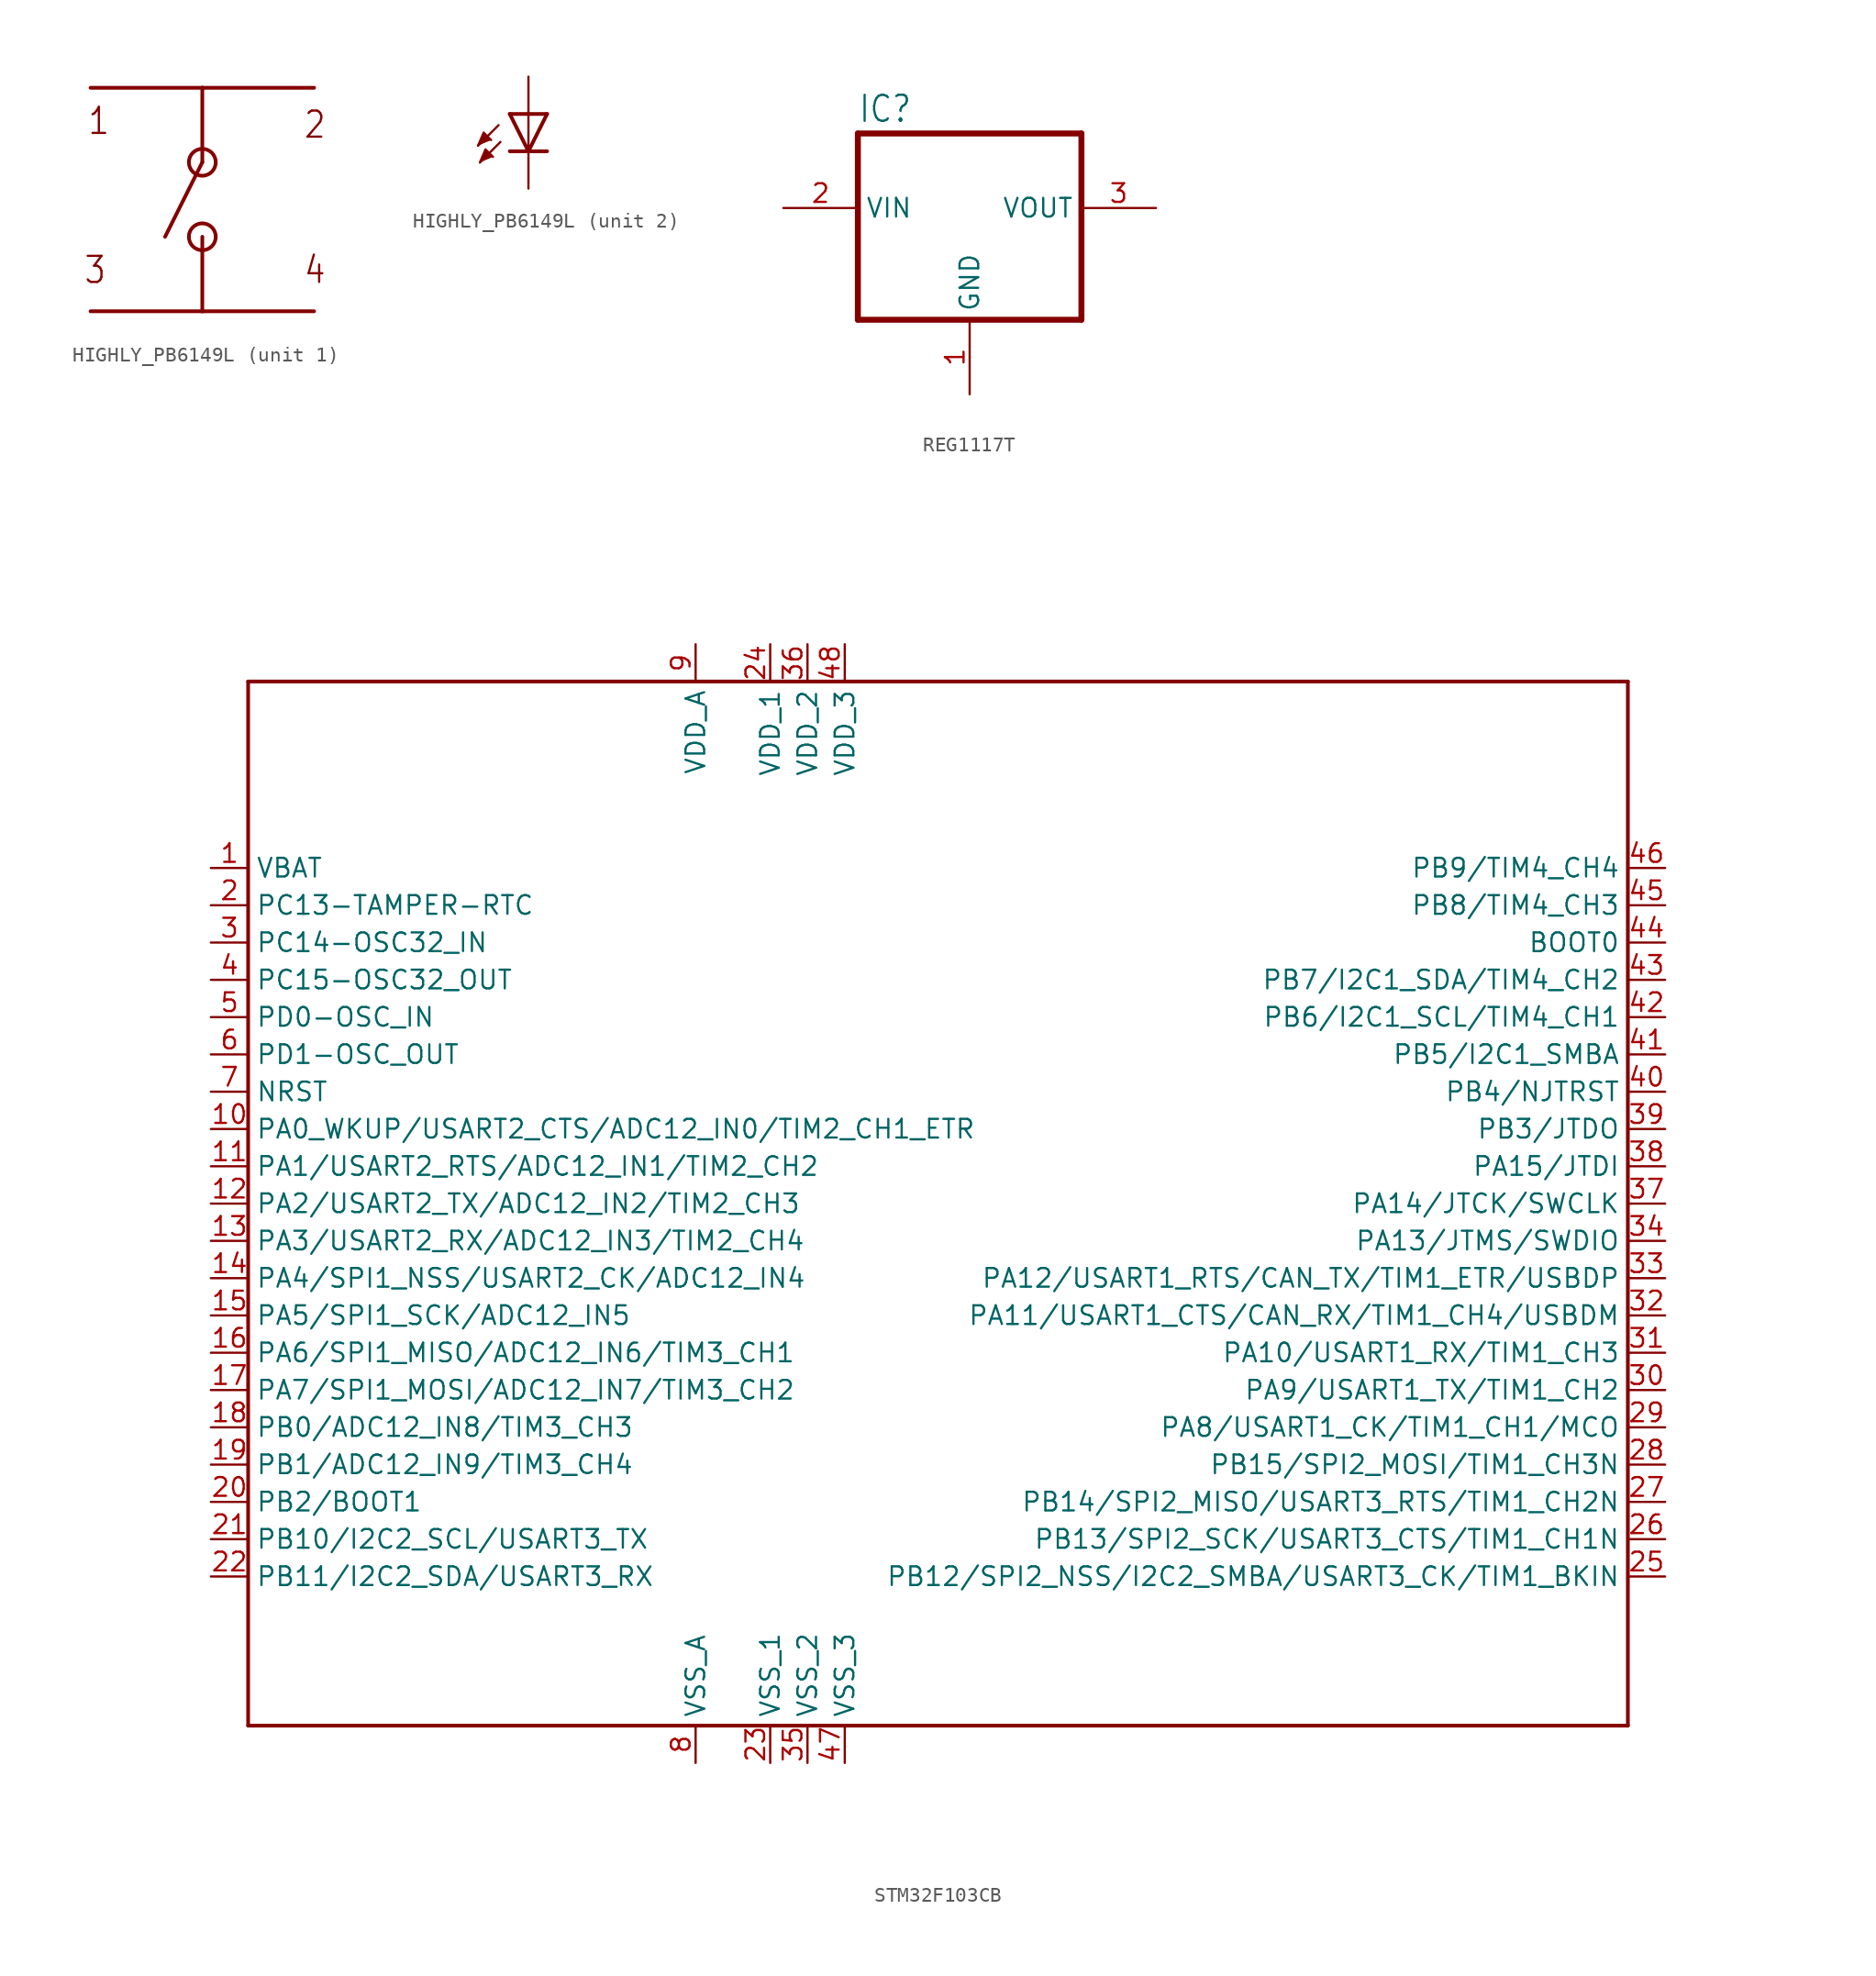
<source format=kicad_sym>
(kicad_symbol_lib
  (version 20231120)
  (generator "kicad_symbol_editor")
  (generator_version "8.0")
  (symbol "HIGHLY_PB6149L"
    (property "Reference" ""
      (at 3.556 -4.572 90)
      (effects (font (size 1.778 1.511)) (justify left bottom) (hide yes)))
    (property "Value" ""
      (at 5.715 -4.572 90)
      (effects (font (size 1.778 1.511)) (justify left bottom)))
    (property "ki_locked" ""
      (at 0 0 0)
      (effects (font (size 1.27 1.27))))
    (symbol "HIGHLY_PB6149L_1_0"
      (circle (center 0 -2.54) (radius 0.916) (stroke (width 0.254) (type solid)) (fill (type none)))
      (polyline (pts (xy -7.62 -7.62) (xy 0 -7.62)) (stroke (width 0.254) (type solid)) (fill (type none)))
      (polyline (pts (xy -7.62 7.62) (xy 0 7.62)) (stroke (width 0.254) (type solid)) (fill (type none)))
      (polyline (pts (xy 0 -7.62) (xy 0 -2.54)) (stroke (width 0.254) (type solid)) (fill (type none)))
      (polyline (pts (xy 0 -7.62) (xy 7.62 -7.62)) (stroke (width 0.254) (type solid)) (fill (type none)))
      (polyline (pts (xy 0 2.54) (xy -2.54 -2.54)) (stroke (width 0.254) (type solid)) (fill (type none)))
      (polyline (pts (xy 0 7.62) (xy 0 2.54)) (stroke (width 0.254) (type solid)) (fill (type none)))
      (polyline (pts (xy 0 7.62) (xy 7.62 7.62)) (stroke (width 0.254) (type solid)) (fill (type none)))
      (circle (center 0 2.54) (radius 0.916) (stroke (width 0.254) (type solid)) (fill (type none)))
      (text "1" (at -7.874 4.318 0) (effects (font (size 1.778 1.511)) (justify left bottom)))
      (text "2" (at 6.858 4.064 0) (effects (font (size 1.778 1.511)) (justify left bottom)))
      (text "3" (at -8.128 -5.842 0) (effects (font (size 1.778 1.511)) (justify left bottom)))
      (text "4" (at 6.858 -5.842 0) (effects (font (size 1.778 1.511)) (justify left bottom)))
      (pin bidirectional line (at -7.62 7.62 0) (length 5.08) (name "P$1" (effects (font (size 0 0)))) (number "P$1" (effects (font (size 0 0)))))
      (pin bidirectional line (at 7.62 7.62 180) (length 5.08) (name "P$2" (effects (font (size 0 0)))) (number "P$2" (effects (font (size 0 0)))))
      (pin bidirectional line (at -7.62 -7.62 0) (length 5.08) (name "P$3" (effects (font (size 0 0)))) (number "P$3" (effects (font (size 0 0)))))
      (pin bidirectional line (at 7.62 -7.62 180) (length 5.08) (name "P$4" (effects (font (size 0 0)))) (number "P$4" (effects (font (size 0 0))))))
    (symbol "HIGHLY_PB6149L_2_0"
      (polyline (pts (xy -2.032 -0.762) (xy -3.429 -2.159)) (stroke (width 0.152) (type solid)) (fill (type none)))
      (polyline (pts (xy -1.905 -1.905) (xy -3.302 -3.302)) (stroke (width 0.152) (type solid)) (fill (type none)))
      (polyline (pts (xy 0 -2.54) (xy -1.27 -2.54)) (stroke (width 0.254) (type solid)) (fill (type none)))
      (polyline (pts (xy 0 -2.54) (xy -1.27 0)) (stroke (width 0.254) (type solid)) (fill (type none)))
      (polyline (pts (xy 0 0) (xy -1.27 0)) (stroke (width 0.254) (type solid)) (fill (type none)))
      (polyline (pts (xy 0 0) (xy 0 -2.54)) (stroke (width 0.152) (type solid)) (fill (type none)))
      (polyline (pts (xy 1.27 -2.54) (xy 0 -2.54)) (stroke (width 0.254) (type solid)) (fill (type none)))
      (polyline (pts (xy 1.27 0) (xy 0 -2.54)) (stroke (width 0.254) (type solid)) (fill (type none)))
      (polyline (pts (xy 1.27 0) (xy 0 0)) (stroke (width 0.254) (type solid)) (fill (type none)))
      (polyline (pts (xy -3.429 -2.159) (xy -3.048 -1.27) (xy -2.54 -1.778)) (stroke (width 0.152) (type solid)) (fill (type outline)))
      (polyline (pts (xy -3.302 -3.302) (xy -2.921 -2.413) (xy -2.413 -2.921)) (stroke (width 0.152) (type solid)) (fill (type outline)))
      (pin passive line (at 0 2.54 270) (length 2.54) (name "L1" (effects (font (size 0 0)))) (number "L1" (effects (font (size 0 0)))))
      (pin passive line (at 0 -5.08 90) (length 2.54) (name "L2" (effects (font (size 0 0)))) (number "L2" (effects (font (size 0 0)))))))
  (symbol "REG1117T"
    (property "Reference" "IC"
      (at -7.62 5.715 0)
      (effects (font (size 1.778 1.511)) (justify left bottom)))
    (property "Value" ""
      (at -5.08 2.54 0)
      (effects (font (size 1.778 1.511)) (justify left bottom)))
    (property "ki_locked" ""
      (at 0 0 0)
      (effects (font (size 1.27 1.27))))
    (symbol "REG1117T_1_0"
      (polyline (pts (xy -7.62 -7.62) (xy 7.62 -7.62)) (stroke (width 0.406) (type solid)) (fill (type none)))
      (polyline (pts (xy -7.62 5.08) (xy -7.62 -7.62)) (stroke (width 0.406) (type solid)) (fill (type none)))
      (polyline (pts (xy 7.62 -7.62) (xy 7.62 5.08)) (stroke (width 0.406) (type solid)) (fill (type none)))
      (polyline (pts (xy 7.62 5.08) (xy -7.62 5.08)) (stroke (width 0.406) (type solid)) (fill (type none)))
      (pin power_in line (at 0 -12.7 90) (length 5.08) (name "GND" (effects (font (size 1.27 1.27)))) (number "1" (effects (font (size 1.27 1.27)))))
      (pin input line (at -12.7 0 0) (length 5.08) (name "VIN" (effects (font (size 1.27 1.27)))) (number "2" (effects (font (size 1.27 1.27)))))
      (pin output line (at 12.7 0 180) (length 5.08) (name "VOUT" (effects (font (size 1.27 1.27)))) (number "3" (effects (font (size 1.27 1.27)))))))
  (symbol "STM32F103CB"
    (property "Reference" ""
      (at 38.1 -38.1 0)
      (effects (font (size 1.778 1.511)) (justify left bottom) (hide yes)))
    (property "Value" ""
      (at 45.72 38.1 0)
      (effects (font (size 1.778 1.511)) (justify right top)))
    (property "ki_locked" ""
      (at 0 0 0)
      (effects (font (size 1.27 1.27))))
    (symbol "STM32F103CB_1_0"
      (polyline (pts (xy -45.72 -35.56) (xy 48.26 -35.56)) (stroke (width 0.254) (type solid)) (fill (type none)))
      (polyline (pts (xy -45.72 35.56) (xy -45.72 -35.56)) (stroke (width 0.254) (type solid)) (fill (type none)))
      (polyline (pts (xy 48.26 -35.56) (xy 48.26 35.56)) (stroke (width 0.254) (type solid)) (fill (type none)))
      (polyline (pts (xy 48.26 35.56) (xy -45.72 35.56)) (stroke (width 0.254) (type solid)) (fill (type none)))
      (pin power_in line (at -48.26 22.86 0) (length 2.54) (name "VBAT" (effects (font (size 1.27 1.27)))) (number "1" (effects (font (size 1.27 1.27)))))
      (pin bidirectional line (at -48.26 5.08 0) (length 2.54) (name "PA0_WKUP/USART2_CTS/ADC12_IN0/TIM2_CH1_ETR" (effects (font (size 1.27 1.27)))) (number "10" (effects (font (size 1.27 1.27)))))
      (pin bidirectional line (at -48.26 2.54 0) (length 2.54) (name "PA1/USART2_RTS/ADC12_IN1/TIM2_CH2" (effects (font (size 1.27 1.27)))) (number "11" (effects (font (size 1.27 1.27)))))
      (pin bidirectional line (at -48.26 0 0) (length 2.54) (name "PA2/USART2_TX/ADC12_IN2/TIM2_CH3" (effects (font (size 1.27 1.27)))) (number "12" (effects (font (size 1.27 1.27)))))
      (pin bidirectional line (at -48.26 -2.54 0) (length 2.54) (name "PA3/USART2_RX/ADC12_IN3/TIM2_CH4" (effects (font (size 1.27 1.27)))) (number "13" (effects (font (size 1.27 1.27)))))
      (pin bidirectional line (at -48.26 -5.08 0) (length 2.54) (name "PA4/SPI1_NSS/USART2_CK/ADC12_IN4" (effects (font (size 1.27 1.27)))) (number "14" (effects (font (size 1.27 1.27)))))
      (pin bidirectional line (at -48.26 -7.62 0) (length 2.54) (name "PA5/SPI1_SCK/ADC12_IN5" (effects (font (size 1.27 1.27)))) (number "15" (effects (font (size 1.27 1.27)))))
      (pin bidirectional line (at -48.26 -10.16 0) (length 2.54) (name "PA6/SPI1_MISO/ADC12_IN6/TIM3_CH1" (effects (font (size 1.27 1.27)))) (number "16" (effects (font (size 1.27 1.27)))))
      (pin bidirectional line (at -48.26 -12.7 0) (length 2.54) (name "PA7/SPI1_MOSI/ADC12_IN7/TIM3_CH2" (effects (font (size 1.27 1.27)))) (number "17" (effects (font (size 1.27 1.27)))))
      (pin bidirectional line (at -48.26 -15.24 0) (length 2.54) (name "PB0/ADC12_IN8/TIM3_CH3" (effects (font (size 1.27 1.27)))) (number "18" (effects (font (size 1.27 1.27)))))
      (pin bidirectional line (at -48.26 -17.78 0) (length 2.54) (name "PB1/ADC12_IN9/TIM3_CH4" (effects (font (size 1.27 1.27)))) (number "19" (effects (font (size 1.27 1.27)))))
      (pin input line (at -48.26 20.32 0) (length 2.54) (name "PC13-TAMPER-RTC" (effects (font (size 1.27 1.27)))) (number "2" (effects (font (size 1.27 1.27)))))
      (pin bidirectional line (at -48.26 -20.32 0) (length 2.54) (name "PB2/BOOT1" (effects (font (size 1.27 1.27)))) (number "20" (effects (font (size 1.27 1.27)))))
      (pin input line (at -48.26 -22.86 0) (length 2.54) (name "PB10/I2C2_SCL/USART3_TX" (effects (font (size 1.27 1.27)))) (number "21" (effects (font (size 1.27 1.27)))))
      (pin input line (at -48.26 -25.4 0) (length 2.54) (name "PB11/I2C2_SDA/USART3_RX" (effects (font (size 1.27 1.27)))) (number "22" (effects (font (size 1.27 1.27)))))
      (pin power_in line (at -10.16 -38.1 90) (length 2.54) (name "VSS_1" (effects (font (size 1.27 1.27)))) (number "23" (effects (font (size 1.27 1.27)))))
      (pin power_in line (at -10.16 38.1 270) (length 2.54) (name "VDD_1" (effects (font (size 1.27 1.27)))) (number "24" (effects (font (size 1.27 1.27)))))
      (pin input line (at 50.8 -25.4 180) (length 2.54) (name "PB12/SPI2_NSS/I2C2_SMBA/USART3_CK/TIM1_BKIN" (effects (font (size 1.27 1.27)))) (number "25" (effects (font (size 1.27 1.27)))))
      (pin input line (at 50.8 -22.86 180) (length 2.54) (name "PB13/SPI2_SCK/USART3_CTS/TIM1_CH1N" (effects (font (size 1.27 1.27)))) (number "26" (effects (font (size 1.27 1.27)))))
      (pin input line (at 50.8 -20.32 180) (length 2.54) (name "PB14/SPI2_MISO/USART3_RTS/TIM1_CH2N" (effects (font (size 1.27 1.27)))) (number "27" (effects (font (size 1.27 1.27)))))
      (pin input line (at 50.8 -17.78 180) (length 2.54) (name "PB15/SPI2_MOSI/TIM1_CH3N" (effects (font (size 1.27 1.27)))) (number "28" (effects (font (size 1.27 1.27)))))
      (pin bidirectional line (at 50.8 -15.24 180) (length 2.54) (name "PA8/USART1_CK/TIM1_CH1/MCO" (effects (font (size 1.27 1.27)))) (number "29" (effects (font (size 1.27 1.27)))))
      (pin input line (at -48.26 17.78 0) (length 2.54) (name "PC14-OSC32_IN" (effects (font (size 1.27 1.27)))) (number "3" (effects (font (size 1.27 1.27)))))
      (pin input line (at 50.8 -12.7 180) (length 2.54) (name "PA9/USART1_TX/TIM1_CH2" (effects (font (size 1.27 1.27)))) (number "30" (effects (font (size 1.27 1.27)))))
      (pin bidirectional line (at 50.8 -10.16 180) (length 2.54) (name "PA10/USART1_RX/TIM1_CH3" (effects (font (size 1.27 1.27)))) (number "31" (effects (font (size 1.27 1.27)))))
      (pin bidirectional line (at 50.8 -7.62 180) (length 2.54) (name "PA11/USART1_CTS/CAN_RX/TIM1_CH4/USBDM" (effects (font (size 1.27 1.27)))) (number "32" (effects (font (size 1.27 1.27)))))
      (pin bidirectional line (at 50.8 -5.08 180) (length 2.54) (name "PA12/USART1_RTS/CAN_TX/TIM1_ETR/USBDP" (effects (font (size 1.27 1.27)))) (number "33" (effects (font (size 1.27 1.27)))))
      (pin bidirectional line (at 50.8 -2.54 180) (length 2.54) (name "PA13/JTMS/SWDIO" (effects (font (size 1.27 1.27)))) (number "34" (effects (font (size 1.27 1.27)))))
      (pin power_in line (at -7.62 -38.1 90) (length 2.54) (name "VSS_2" (effects (font (size 1.27 1.27)))) (number "35" (effects (font (size 1.27 1.27)))))
      (pin power_in line (at -7.62 38.1 270) (length 2.54) (name "VDD_2" (effects (font (size 1.27 1.27)))) (number "36" (effects (font (size 1.27 1.27)))))
      (pin bidirectional line (at 50.8 0 180) (length 2.54) (name "PA14/JTCK/SWCLK" (effects (font (size 1.27 1.27)))) (number "37" (effects (font (size 1.27 1.27)))))
      (pin bidirectional line (at 50.8 2.54 180) (length 2.54) (name "PA15/JTDI" (effects (font (size 1.27 1.27)))) (number "38" (effects (font (size 1.27 1.27)))))
      (pin bidirectional line (at 50.8 5.08 180) (length 2.54) (name "PB3/JTDO" (effects (font (size 1.27 1.27)))) (number "39" (effects (font (size 1.27 1.27)))))
      (pin input line (at -48.26 15.24 0) (length 2.54) (name "PC15-OSC32_OUT" (effects (font (size 1.27 1.27)))) (number "4" (effects (font (size 1.27 1.27)))))
      (pin bidirectional line (at 50.8 7.62 180) (length 2.54) (name "PB4/NJTRST" (effects (font (size 1.27 1.27)))) (number "40" (effects (font (size 1.27 1.27)))))
      (pin input line (at 50.8 10.16 180) (length 2.54) (name "PB5/I2C1_SMBA" (effects (font (size 1.27 1.27)))) (number "41" (effects (font (size 1.27 1.27)))))
      (pin input line (at 50.8 12.7 180) (length 2.54) (name "PB6/I2C1_SCL/TIM4_CH1" (effects (font (size 1.27 1.27)))) (number "42" (effects (font (size 1.27 1.27)))))
      (pin bidirectional line (at 50.8 15.24 180) (length 2.54) (name "PB7/I2C1_SDA/TIM4_CH2" (effects (font (size 1.27 1.27)))) (number "43" (effects (font (size 1.27 1.27)))))
      (pin input line (at 50.8 17.78 180) (length 2.54) (name "BOOT0" (effects (font (size 1.27 1.27)))) (number "44" (effects (font (size 1.27 1.27)))))
      (pin bidirectional line (at 50.8 20.32 180) (length 2.54) (name "PB8/TIM4_CH3" (effects (font (size 1.27 1.27)))) (number "45" (effects (font (size 1.27 1.27)))))
      (pin input line (at 50.8 22.86 180) (length 2.54) (name "PB9/TIM4_CH4" (effects (font (size 1.27 1.27)))) (number "46" (effects (font (size 1.27 1.27)))))
      (pin power_in line (at -5.08 -38.1 90) (length 2.54) (name "VSS_3" (effects (font (size 1.27 1.27)))) (number "47" (effects (font (size 1.27 1.27)))))
      (pin power_in line (at -5.08 38.1 270) (length 2.54) (name "VDD_3" (effects (font (size 1.27 1.27)))) (number "48" (effects (font (size 1.27 1.27)))))
      (pin input line (at -48.26 12.7 0) (length 2.54) (name "PD0-OSC_IN" (effects (font (size 1.27 1.27)))) (number "5" (effects (font (size 1.27 1.27)))))
      (pin input line (at -48.26 10.16 0) (length 2.54) (name "PD1-OSC_OUT" (effects (font (size 1.27 1.27)))) (number "6" (effects (font (size 1.27 1.27)))))
      (pin input line (at -48.26 7.62 0) (length 2.54) (name "NRST" (effects (font (size 1.27 1.27)))) (number "7" (effects (font (size 1.27 1.27)))))
      (pin power_in line (at -15.24 -38.1 90) (length 2.54) (name "VSS_A" (effects (font (size 1.27 1.27)))) (number "8" (effects (font (size 1.27 1.27)))))
      (pin power_in line (at -15.24 38.1 270) (length 2.54) (name "VDD_A" (effects (font (size 1.27 1.27)))) (number "9" (effects (font (size 1.27 1.27))))))))
</source>
